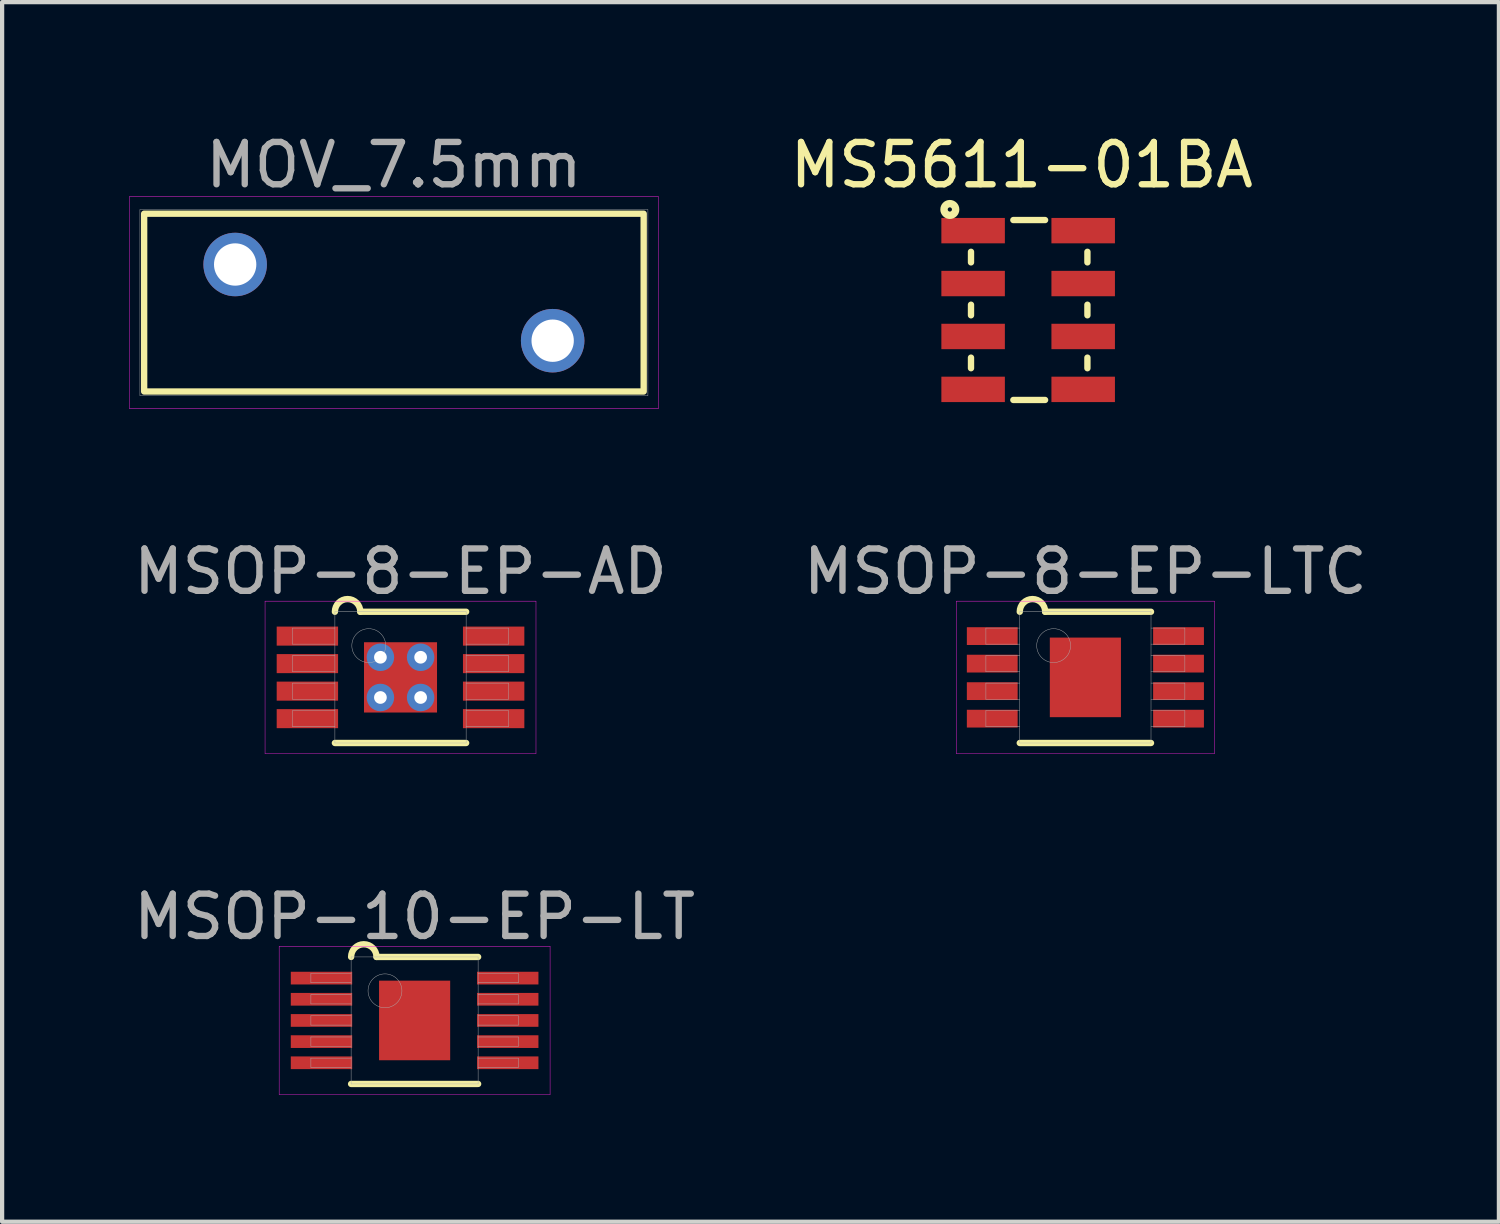
<source format=kicad_pcb>
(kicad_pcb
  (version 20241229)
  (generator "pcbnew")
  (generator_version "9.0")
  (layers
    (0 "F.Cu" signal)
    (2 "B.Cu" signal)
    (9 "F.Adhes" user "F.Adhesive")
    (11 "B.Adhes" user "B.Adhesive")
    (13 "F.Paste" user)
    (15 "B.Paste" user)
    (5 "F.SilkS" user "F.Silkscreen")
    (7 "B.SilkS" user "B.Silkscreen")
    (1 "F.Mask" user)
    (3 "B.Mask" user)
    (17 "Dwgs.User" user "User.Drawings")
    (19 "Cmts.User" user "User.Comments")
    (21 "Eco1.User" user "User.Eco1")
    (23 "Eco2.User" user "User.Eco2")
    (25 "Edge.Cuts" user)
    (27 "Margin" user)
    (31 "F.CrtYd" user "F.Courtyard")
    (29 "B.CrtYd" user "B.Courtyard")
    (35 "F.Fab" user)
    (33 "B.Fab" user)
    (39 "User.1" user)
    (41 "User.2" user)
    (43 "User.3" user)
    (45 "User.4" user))
  (footprint "MSOP-8-EP-LTC"
    (layer "F.Cu")
    (at 22.589 12.951)
    (property "Reference" "MSOP-8-EP-LTC" (at 0 -2.5 0) (layer "F.Fab") (effects (font (size 1 1) (thickness 0.15))))
    (attr smd)
    (fp_line (start -1.55 1.55) (end 1.55 1.55) (stroke (width 0.15) (type solid)) (layer "F.SilkS"))
    (fp_line (start -0.95 -1.55) (end 1.55 -1.55) (stroke (width 0.15) (type solid)) (layer "F.SilkS"))
    (fp_arc (start -1.55 -1.55) (mid -1.25 -1.85) (end -0.95 -1.55) (stroke (width 0.15) (type solid)) (layer "F.SilkS"))
    (fp_line (start -3.05 -1.8) (end 3.05 -1.8) (stroke (width 0.01) (type solid)) (layer "F.CrtYd"))
    (fp_line (start -3.05 1.8) (end -3.05 -1.8) (stroke (width 0.01) (type solid)) (layer "F.CrtYd"))
    (fp_line (start 3.05 -1.8) (end 3.05 1.8) (stroke (width 0.01) (type solid)) (layer "F.CrtYd"))
    (fp_line (start 3.05 1.8) (end -3.05 1.8) (stroke (width 0.01) (type solid)) (layer "F.CrtYd"))
    (fp_line (start -2.35 -1.165) (end -1.55 -1.165) (stroke (width 0.01) (type solid)) (layer "F.Fab"))
    (fp_line (start -2.35 -0.785) (end -2.35 -1.165) (stroke (width 0.01) (type solid)) (layer "F.Fab"))
    (fp_line (start -2.35 -0.515) (end -1.55 -0.515) (stroke (width 0.01) (type solid)) (layer "F.Fab"))
    (fp_line (start -2.35 -0.135) (end -2.35 -0.515) (stroke (width 0.01) (type solid)) (layer "F.Fab"))
    (fp_line (start -2.35 0.135) (end -1.55 0.135) (stroke (width 0.01) (type solid)) (layer "F.Fab"))
    (fp_line (start -2.35 0.515) (end -2.35 0.135) (stroke (width 0.01) (type solid)) (layer "F.Fab"))
    (fp_line (start -2.35 0.785) (end -1.55 0.785) (stroke (width 0.01) (type solid)) (layer "F.Fab"))
    (fp_line (start -2.35 1.165) (end -2.35 0.785) (stroke (width 0.01) (type solid)) (layer "F.Fab"))
    (fp_line (start -1.55 -1.55) (end 1.55 -1.55) (stroke (width 0.01) (type solid)) (layer "F.Fab"))
    (fp_line (start -1.55 -0.785) (end -2.35 -0.785) (stroke (width 0.01) (type solid)) (layer "F.Fab"))
    (fp_line (start -1.55 -0.135) (end -2.35 -0.135) (stroke (width 0.01) (type solid)) (layer "F.Fab"))
    (fp_line (start -1.55 0.515) (end -2.35 0.515) (stroke (width 0.01) (type solid)) (layer "F.Fab"))
    (fp_line (start -1.55 1.165) (end -2.35 1.165) (stroke (width 0.01) (type solid)) (layer "F.Fab"))
    (fp_line (start -1.55 1.55) (end -1.55 -1.55) (stroke (width 0.01) (type solid)) (layer "F.Fab"))
    (fp_line (start 1.55 -1.55) (end 1.55 1.55) (stroke (width 0.01) (type solid)) (layer "F.Fab"))
    (fp_line (start 1.55 -1.165) (end 2.35 -1.165) (stroke (width 0.01) (type solid)) (layer "F.Fab"))
    (fp_line (start 1.55 -0.515) (end 2.35 -0.515) (stroke (width 0.01) (type solid)) (layer "F.Fab"))
    (fp_line (start 1.55 0.135) (end 2.35 0.135) (stroke (width 0.01) (type solid)) (layer "F.Fab"))
    (fp_line (start 1.55 0.785) (end 2.35 0.785) (stroke (width 0.01) (type solid)) (layer "F.Fab"))
    (fp_line (start 1.55 1.55) (end -1.55 1.55) (stroke (width 0.01) (type solid)) (layer "F.Fab"))
    (fp_line (start 2.35 -1.165) (end 2.35 -0.785) (stroke (width 0.01) (type solid)) (layer "F.Fab"))
    (fp_line (start 2.35 -0.785) (end 1.55 -0.785) (stroke (width 0.01) (type solid)) (layer "F.Fab"))
    (fp_line (start 2.35 -0.515) (end 2.35 -0.135) (stroke (width 0.01) (type solid)) (layer "F.Fab"))
    (fp_line (start 2.35 -0.135) (end 1.55 -0.135) (stroke (width 0.01) (type solid)) (layer "F.Fab"))
    (fp_line (start 2.35 0.135) (end 2.35 0.515) (stroke (width 0.01) (type solid)) (layer "F.Fab"))
    (fp_line (start 2.35 0.515) (end 1.55 0.515) (stroke (width 0.01) (type solid)) (layer "F.Fab"))
    (fp_line (start 2.35 0.785) (end 2.35 1.165) (stroke (width 0.01) (type solid)) (layer "F.Fab"))
    (fp_line (start 2.35 1.165) (end 1.55 1.165) (stroke (width 0.01) (type solid)) (layer "F.Fab"))
    (fp_circle (center -0.75 -0.75) (end -0.75 -0.35) (stroke (width 0.01) (type solid)) (fill no) (layer "F.Fab"))
    (pad "1" smd rect (at -2.2 -0.975) (size 1.2 0.42) (layers "F.Cu" "F.Mask" "F.Paste"))
    (pad "2" smd rect (at -2.2 -0.325) (size 1.2 0.42) (layers "F.Cu" "F.Mask" "F.Paste"))
    (pad "3" smd rect (at -2.2 0.325) (size 1.2 0.42) (layers "F.Cu" "F.Mask" "F.Paste"))
    (pad "4" smd rect (at -2.2 0.975) (size 1.2 0.42) (layers "F.Cu" "F.Mask" "F.Paste"))
    (pad "5" smd rect (at 2.2 0.975) (size 1.2 0.42) (layers "F.Cu" "F.Mask" "F.Paste"))
    (pad "6" smd rect (at 2.2 0.325) (size 1.2 0.42) (layers "F.Cu" "F.Mask" "F.Paste"))
    (pad "7" smd rect (at 2.2 -0.325) (size 1.2 0.42) (layers "F.Cu" "F.Mask" "F.Paste"))
    (pad "8" smd rect (at 2.2 -0.975) (size 1.2 0.42) (layers "F.Cu" "F.Mask" "F.Paste"))
    (pad "EP" smd rect (at 0 0) (size 1.68 1.88) (layers "F.Cu" "F.Mask" "F.Paste")))
  (footprint "MS5611-01BA"
    (layer "F.Cu")
    (at 20.137 2.398)
    (property "Reference" "MS5611-01BA" (at 0.95 -1.55 0) (layer "F.SilkS") (effects (font (size 1 1) (thickness 0.15))))
    (attr through_hole)
    (fp_line (start -0.25 0.5) (end -0.25 0.75) (stroke (width 0.15) (type solid)) (layer "F.SilkS"))
    (fp_line (start -0.25 1.75) (end -0.25 2) (stroke (width 0.15) (type solid)) (layer "F.SilkS"))
    (fp_line (start -0.25 3) (end -0.25 3.25) (stroke (width 0.15) (type solid)) (layer "F.SilkS"))
    (fp_line (start 0.75 -0.25) (end 1.5 -0.25) (stroke (width 0.15) (type solid)) (layer "F.SilkS"))
    (fp_line (start 0.75 4) (end 1.5 4) (stroke (width 0.15) (type solid)) (layer "F.SilkS"))
    (fp_line (start 2.5 0.75) (end 2.5 0.5) (stroke (width 0.15) (type solid)) (layer "F.SilkS"))
    (fp_line (start 2.5 2) (end 2.5 1.75) (stroke (width 0.15) (type solid)) (layer "F.SilkS"))
    (fp_line (start 2.5 3.25) (end 2.5 3) (stroke (width 0.15) (type solid)) (layer "F.SilkS"))
    (fp_circle (center -0.75 -0.5) (end -0.7 -0.5) (stroke (width 0.15) (type solid)) (fill no) (layer "F.SilkS"))
    (fp_circle (center -0.75 -0.5) (end -0.6 -0.5) (stroke (width 0.15) (type solid)) (fill no) (layer "F.SilkS"))
    (pad "1" smd rect (at 0 0) (size 1.5 0.6) (drill (offset -0.2 0)) (layers "F.Cu" "F.Mask" "F.Paste"))
    (pad "2" smd rect (at 0 1.25) (size 1.5 0.6) (drill (offset -0.2 0)) (layers "F.Cu" "F.Mask" "F.Paste"))
    (pad "3" smd rect (at 0 2.5) (size 1.5 0.6) (drill (offset -0.2 0)) (layers "F.Cu" "F.Mask" "F.Paste"))
    (pad "4" smd rect (at 0 3.75) (size 1.5 0.6) (drill (offset -0.2 0)) (layers "F.Cu" "F.Mask" "F.Paste"))
    (pad "5" smd rect (at 2.2 3.75) (size 1.5 0.6) (drill (offset 0.2 0)) (layers "F.Cu" "F.Mask" "F.Paste"))
    (pad "6" smd rect (at 2.2 2.5) (size 1.5 0.6) (drill (offset 0.2 0)) (layers "F.Cu" "F.Mask" "F.Paste"))
    (pad "7" smd rect (at 2.2 1.25) (size 1.5 0.6) (drill (offset 0.2 0)) (layers "F.Cu" "F.Mask" "F.Paste"))
    (pad "8" smd rect (at 2.2 0) (size 1.5 0.6) (drill (offset 0.2 0)) (layers "F.Cu" "F.Mask" "F.Paste")))
  (footprint "MSOP-10-EP-LT"
    (layer "F.Cu")
    (at 6.744 21.055)
    (property "Reference" "MSOP-10-EP-LT" (at 0 -2.45 0) (layer "F.Fab") (effects (font (size 1 1) (thickness 0.15))))
    (attr smd)
    (fp_line (start -1.5 1.5) (end 1.5 1.5) (stroke (width 0.15) (type solid)) (layer "F.SilkS"))
    (fp_line (start -0.9 -1.5) (end 1.5 -1.5) (stroke (width 0.15) (type solid)) (layer "F.SilkS"))
    (fp_arc (start -1.5 -1.5) (mid -1.2 -1.8) (end -0.9 -1.5) (stroke (width 0.15) (type solid)) (layer "F.SilkS"))
    (fp_line (start -3.2 -1.75) (end 3.2 -1.75) (stroke (width 0.01) (type solid)) (layer "F.CrtYd"))
    (fp_line (start -3.2 1.75) (end -3.2 -1.75) (stroke (width 0.01) (type solid)) (layer "F.CrtYd"))
    (fp_line (start 3.2 -1.75) (end 3.2 1.75) (stroke (width 0.01) (type solid)) (layer "F.CrtYd"))
    (fp_line (start 3.2 1.75) (end -3.2 1.75) (stroke (width 0.01) (type solid)) (layer "F.CrtYd"))
    (fp_line (start -2.45 -1.11) (end -1.5 -1.11) (stroke (width 0.01) (type solid)) (layer "F.Fab"))
    (fp_line (start -2.45 -0.89) (end -2.45 -1.11) (stroke (width 0.01) (type solid)) (layer "F.Fab"))
    (fp_line (start -2.45 -0.61) (end -1.5 -0.61) (stroke (width 0.01) (type solid)) (layer "F.Fab"))
    (fp_line (start -2.45 -0.39) (end -2.45 -0.61) (stroke (width 0.01) (type solid)) (layer "F.Fab"))
    (fp_line (start -2.45 -0.11) (end -1.5 -0.11) (stroke (width 0.01) (type solid)) (layer "F.Fab"))
    (fp_line (start -2.45 0.11) (end -2.45 -0.11) (stroke (width 0.01) (type solid)) (layer "F.Fab"))
    (fp_line (start -2.45 0.39) (end -1.5 0.39) (stroke (width 0.01) (type solid)) (layer "F.Fab"))
    (fp_line (start -2.45 0.61) (end -2.45 0.39) (stroke (width 0.01) (type solid)) (layer "F.Fab"))
    (fp_line (start -2.45 0.89) (end -1.5 0.89) (stroke (width 0.01) (type solid)) (layer "F.Fab"))
    (fp_line (start -2.45 1.11) (end -2.45 0.89) (stroke (width 0.01) (type solid)) (layer "F.Fab"))
    (fp_line (start -1.5 -1.5) (end 1.5 -1.5) (stroke (width 0.01) (type solid)) (layer "F.Fab"))
    (fp_line (start -1.5 -0.89) (end -2.45 -0.89) (stroke (width 0.01) (type solid)) (layer "F.Fab"))
    (fp_line (start -1.5 -0.39) (end -2.45 -0.39) (stroke (width 0.01) (type solid)) (layer "F.Fab"))
    (fp_line (start -1.5 0.11) (end -2.45 0.11) (stroke (width 0.01) (type solid)) (layer "F.Fab"))
    (fp_line (start -1.5 0.61) (end -2.45 0.61) (stroke (width 0.01) (type solid)) (layer "F.Fab"))
    (fp_line (start -1.5 1.11) (end -2.45 1.11) (stroke (width 0.01) (type solid)) (layer "F.Fab"))
    (fp_line (start -1.5 1.5) (end -1.5 -1.5) (stroke (width 0.01) (type solid)) (layer "F.Fab"))
    (fp_line (start 1.5 -1.5) (end 1.5 1.5) (stroke (width 0.01) (type solid)) (layer "F.Fab"))
    (fp_line (start 1.5 -1.11) (end 2.45 -1.11) (stroke (width 0.01) (type solid)) (layer "F.Fab"))
    (fp_line (start 1.5 -0.61) (end 2.45 -0.61) (stroke (width 0.01) (type solid)) (layer "F.Fab"))
    (fp_line (start 1.5 -0.11) (end 2.45 -0.11) (stroke (width 0.01) (type solid)) (layer "F.Fab"))
    (fp_line (start 1.5 0.39) (end 2.45 0.39) (stroke (width 0.01) (type solid)) (layer "F.Fab"))
    (fp_line (start 1.5 0.89) (end 2.45 0.89) (stroke (width 0.01) (type solid)) (layer "F.Fab"))
    (fp_line (start 1.5 1.5) (end -1.5 1.5) (stroke (width 0.01) (type solid)) (layer "F.Fab"))
    (fp_line (start 2.45 -1.11) (end 2.45 -0.89) (stroke (width 0.01) (type solid)) (layer "F.Fab"))
    (fp_line (start 2.45 -0.89) (end 1.5 -0.89) (stroke (width 0.01) (type solid)) (layer "F.Fab"))
    (fp_line (start 2.45 -0.61) (end 2.45 -0.39) (stroke (width 0.01) (type solid)) (layer "F.Fab"))
    (fp_line (start 2.45 -0.39) (end 1.5 -0.39) (stroke (width 0.01) (type solid)) (layer "F.Fab"))
    (fp_line (start 2.45 -0.11) (end 2.45 0.11) (stroke (width 0.01) (type solid)) (layer "F.Fab"))
    (fp_line (start 2.45 0.11) (end 1.5 0.11) (stroke (width 0.01) (type solid)) (layer "F.Fab"))
    (fp_line (start 2.45 0.39) (end 2.45 0.61) (stroke (width 0.01) (type solid)) (layer "F.Fab"))
    (fp_line (start 2.45 0.61) (end 1.5 0.61) (stroke (width 0.01) (type solid)) (layer "F.Fab"))
    (fp_line (start 2.45 0.89) (end 2.45 1.11) (stroke (width 0.01) (type solid)) (layer "F.Fab"))
    (fp_line (start 2.45 1.11) (end 1.5 1.11) (stroke (width 0.01) (type solid)) (layer "F.Fab"))
    (fp_circle (center -0.7 -0.7) (end -0.7 -0.3) (stroke (width 0.01) (type solid)) (fill no) (layer "F.Fab"))
    (pad "" smd rect (at 0 0) (size 1.5 1.5) (layers "F.Paste"))
    (pad "1" smd rect (at -2.2 -1) (size 1.45 0.3) (layers "F.Cu" "F.Mask" "F.Paste"))
    (pad "2" smd rect (at -2.2 -0.5) (size 1.45 0.3) (layers "F.Cu" "F.Mask" "F.Paste"))
    (pad "3" smd rect (at -2.2 0) (size 1.45 0.3) (layers "F.Cu" "F.Mask" "F.Paste"))
    (pad "4" smd rect (at -2.2 0.5) (size 1.45 0.3) (layers "F.Cu" "F.Mask" "F.Paste"))
    (pad "5" smd rect (at -2.2 1) (size 1.45 0.3) (layers "F.Cu" "F.Mask" "F.Paste"))
    (pad "6" smd rect (at 2.2 1) (size 1.45 0.3) (layers "F.Cu" "F.Mask" "F.Paste"))
    (pad "7" smd rect (at 2.2 0.5) (size 1.45 0.3) (layers "F.Cu" "F.Mask" "F.Paste"))
    (pad "8" smd rect (at 2.2 0) (size 1.45 0.3) (layers "F.Cu" "F.Mask" "F.Paste"))
    (pad "9" smd rect (at 2.2 -0.5) (size 1.45 0.3) (layers "F.Cu" "F.Mask" "F.Paste"))
    (pad "10" smd rect (at 2.2 -1) (size 1.45 0.3) (layers "F.Cu" "F.Mask" "F.Paste"))
    (pad "EP" smd rect (at 0 0) (size 1.68 1.88) (layers "F.Cu" "F.Mask")))
  (footprint "MOV_7.5mm"
    (layer "F.Cu")
    (at 6.255 4.098)
    (property "Reference" "MOV_7.5mm" (at 0 -3.25 0) (unlocked yes) (layer "F.Fab") (effects (font (size 1 1) (thickness 0.15))))
    (attr through_hole)
    (fp_rect (start -5.9 -2.1) (end 5.9 2.1) (stroke (width 0.15) (type solid)) (fill no) (layer "F.SilkS"))
    (fp_line (start -6.25 -2.5) (end 6.25 -2.5) (stroke (width 0.01) (type solid)) (layer "F.CrtYd"))
    (fp_line (start -6.25 2.5) (end -6.25 -2.5) (stroke (width 0.01) (type solid)) (layer "F.CrtYd"))
    (fp_line (start 6.25 -2.5) (end 6.25 2.5) (stroke (width 0.01) (type solid)) (layer "F.CrtYd"))
    (fp_line (start 6.25 2.5) (end -6.25 2.5) (stroke (width 0.01) (type solid)) (layer "F.CrtYd"))
    (fp_rect (start -6 -2.2) (end 6 2.2) (stroke (width 0.01) (type solid)) (fill no) (layer "F.Fab"))
    (pad "1" thru_hole circle (at -3.75 -0.9) (size 1.5 1.5) (drill 1) (layers "*.Cu" "*.Mask"))
    (pad "1" thru_hole circle (at 3.75 0.9) (size 1.5 1.5) (drill 1) (layers "*.Cu" "*.Mask")))
  (footprint "MSOP-8-EP-AD"
    (layer "F.Cu")
    (at 6.411 12.951)
    (property "Reference" "MSOP-8-EP-AD" (at 0 -2.5 0) (layer "F.Fab") (effects (font (size 1 1) (thickness 0.15))))
    (attr smd)
    (fp_line (start -1.55 1.55) (end 1.55 1.55) (stroke (width 0.15) (type solid)) (layer "F.SilkS"))
    (fp_line (start -0.95 -1.55) (end 1.55 -1.55) (stroke (width 0.15) (type solid)) (layer "F.SilkS"))
    (fp_arc (start -1.55 -1.55) (mid -1.25 -1.85) (end -0.95 -1.55) (stroke (width 0.15) (type solid)) (layer "F.SilkS"))
    (fp_line (start -3.2 -1.8) (end 3.2 -1.8) (stroke (width 0.01) (type solid)) (layer "F.CrtYd"))
    (fp_line (start -3.2 1.8) (end -3.2 -1.8) (stroke (width 0.01) (type solid)) (layer "F.CrtYd"))
    (fp_line (start 3.2 -1.8) (end 3.2 1.8) (stroke (width 0.01) (type solid)) (layer "F.CrtYd"))
    (fp_line (start 3.2 1.8) (end -3.2 1.8) (stroke (width 0.01) (type solid)) (layer "F.CrtYd"))
    (fp_line (start -2.55 -1.165) (end -1.55 -1.165) (stroke (width 0.01) (type solid)) (layer "F.Fab"))
    (fp_line (start -2.55 -0.785) (end -2.55 -1.165) (stroke (width 0.01) (type solid)) (layer "F.Fab"))
    (fp_line (start -2.55 -0.515) (end -1.55 -0.515) (stroke (width 0.01) (type solid)) (layer "F.Fab"))
    (fp_line (start -2.55 -0.135) (end -2.55 -0.515) (stroke (width 0.01) (type solid)) (layer "F.Fab"))
    (fp_line (start -2.55 0.135) (end -1.55 0.135) (stroke (width 0.01) (type solid)) (layer "F.Fab"))
    (fp_line (start -2.55 0.515) (end -2.55 0.135) (stroke (width 0.01) (type solid)) (layer "F.Fab"))
    (fp_line (start -2.55 0.785) (end -1.55 0.785) (stroke (width 0.01) (type solid)) (layer "F.Fab"))
    (fp_line (start -2.55 1.165) (end -2.55 0.785) (stroke (width 0.01) (type solid)) (layer "F.Fab"))
    (fp_line (start -1.55 -1.55) (end 1.55 -1.55) (stroke (width 0.01) (type solid)) (layer "F.Fab"))
    (fp_line (start -1.55 -0.785) (end -2.55 -0.785) (stroke (width 0.01) (type solid)) (layer "F.Fab"))
    (fp_line (start -1.55 -0.135) (end -2.55 -0.135) (stroke (width 0.01) (type solid)) (layer "F.Fab"))
    (fp_line (start -1.55 0.515) (end -2.55 0.515) (stroke (width 0.01) (type solid)) (layer "F.Fab"))
    (fp_line (start -1.55 1.165) (end -2.55 1.165) (stroke (width 0.01) (type solid)) (layer "F.Fab"))
    (fp_line (start -1.55 1.55) (end -1.55 -1.55) (stroke (width 0.01) (type solid)) (layer "F.Fab"))
    (fp_line (start 1.55 -1.55) (end 1.55 1.55) (stroke (width 0.01) (type solid)) (layer "F.Fab"))
    (fp_line (start 1.55 -1.165) (end 2.55 -1.165) (stroke (width 0.01) (type solid)) (layer "F.Fab"))
    (fp_line (start 1.55 -0.515) (end 2.55 -0.515) (stroke (width 0.01) (type solid)) (layer "F.Fab"))
    (fp_line (start 1.55 0.135) (end 2.55 0.135) (stroke (width 0.01) (type solid)) (layer "F.Fab"))
    (fp_line (start 1.55 0.785) (end 2.55 0.785) (stroke (width 0.01) (type solid)) (layer "F.Fab"))
    (fp_line (start 1.55 1.55) (end -1.55 1.55) (stroke (width 0.01) (type solid)) (layer "F.Fab"))
    (fp_line (start 2.55 -1.165) (end 2.55 -0.785) (stroke (width 0.01) (type solid)) (layer "F.Fab"))
    (fp_line (start 2.55 -0.785) (end 1.55 -0.785) (stroke (width 0.01) (type solid)) (layer "F.Fab"))
    (fp_line (start 2.55 -0.515) (end 2.55 -0.135) (stroke (width 0.01) (type solid)) (layer "F.Fab"))
    (fp_line (start 2.55 -0.135) (end 1.55 -0.135) (stroke (width 0.01) (type solid)) (layer "F.Fab"))
    (fp_line (start 2.55 0.135) (end 2.55 0.515) (stroke (width 0.01) (type solid)) (layer "F.Fab"))
    (fp_line (start 2.55 0.515) (end 1.55 0.515) (stroke (width 0.01) (type solid)) (layer "F.Fab"))
    (fp_line (start 2.55 0.785) (end 2.55 1.165) (stroke (width 0.01) (type solid)) (layer "F.Fab"))
    (fp_line (start 2.55 1.165) (end 1.55 1.165) (stroke (width 0.01) (type solid)) (layer "F.Fab"))
    (fp_circle (center -0.75 -0.75) (end -0.75 -0.35) (stroke (width 0.01) (type solid)) (fill no) (layer "F.Fab"))
    (pad "1" smd rect (at -2.2 -0.975) (size 1.45 0.45) (layers "F.Cu" "F.Mask" "F.Paste"))
    (pad "2" smd rect (at -2.2 -0.325) (size 1.45 0.45) (layers "F.Cu" "F.Mask" "F.Paste"))
    (pad "3" smd rect (at -2.2 0.325) (size 1.45 0.45) (layers "F.Cu" "F.Mask" "F.Paste"))
    (pad "4" smd rect (at -2.2 0.975) (size 1.45 0.45) (layers "F.Cu" "F.Mask" "F.Paste"))
    (pad "5" smd rect (at 2.2 0.975) (size 1.45 0.45) (layers "F.Cu" "F.Mask" "F.Paste"))
    (pad "6" smd rect (at 2.2 0.325) (size 1.45 0.45) (layers "F.Cu" "F.Mask" "F.Paste"))
    (pad "7" smd rect (at 2.2 -0.325) (size 1.45 0.45) (layers "F.Cu" "F.Mask" "F.Paste"))
    (pad "8" smd rect (at 2.2 -0.975) (size 1.45 0.45) (layers "F.Cu" "F.Mask" "F.Paste"))
    (pad "EP" thru_hole circle (at -0.475 -0.475) (size 0.65 0.65) (drill 0.3) (layers "*.Cu"))
    (pad "EP" thru_hole circle (at -0.475 0.475) (size 0.65 0.65) (drill 0.3) (layers "*.Cu"))
    (pad "EP" smd rect (at 0 0) (size 1.725 1.66) (layers "F.Cu" "F.Mask" "F.Paste"))
    (pad "EP" thru_hole circle (at 0.475 -0.475) (size 0.65 0.65) (drill 0.3) (layers "*.Cu"))
    (pad "EP" thru_hole circle (at 0.475 0.475) (size 0.65 0.65) (drill 0.3) (layers "*.Cu")))
  (gr_rect
    (start -3 -3)
    (end 32.357 25.81)
    (stroke (width 0.1) (type default))
    (fill no)
    (layer "Edge.Cuts")))
</source>
